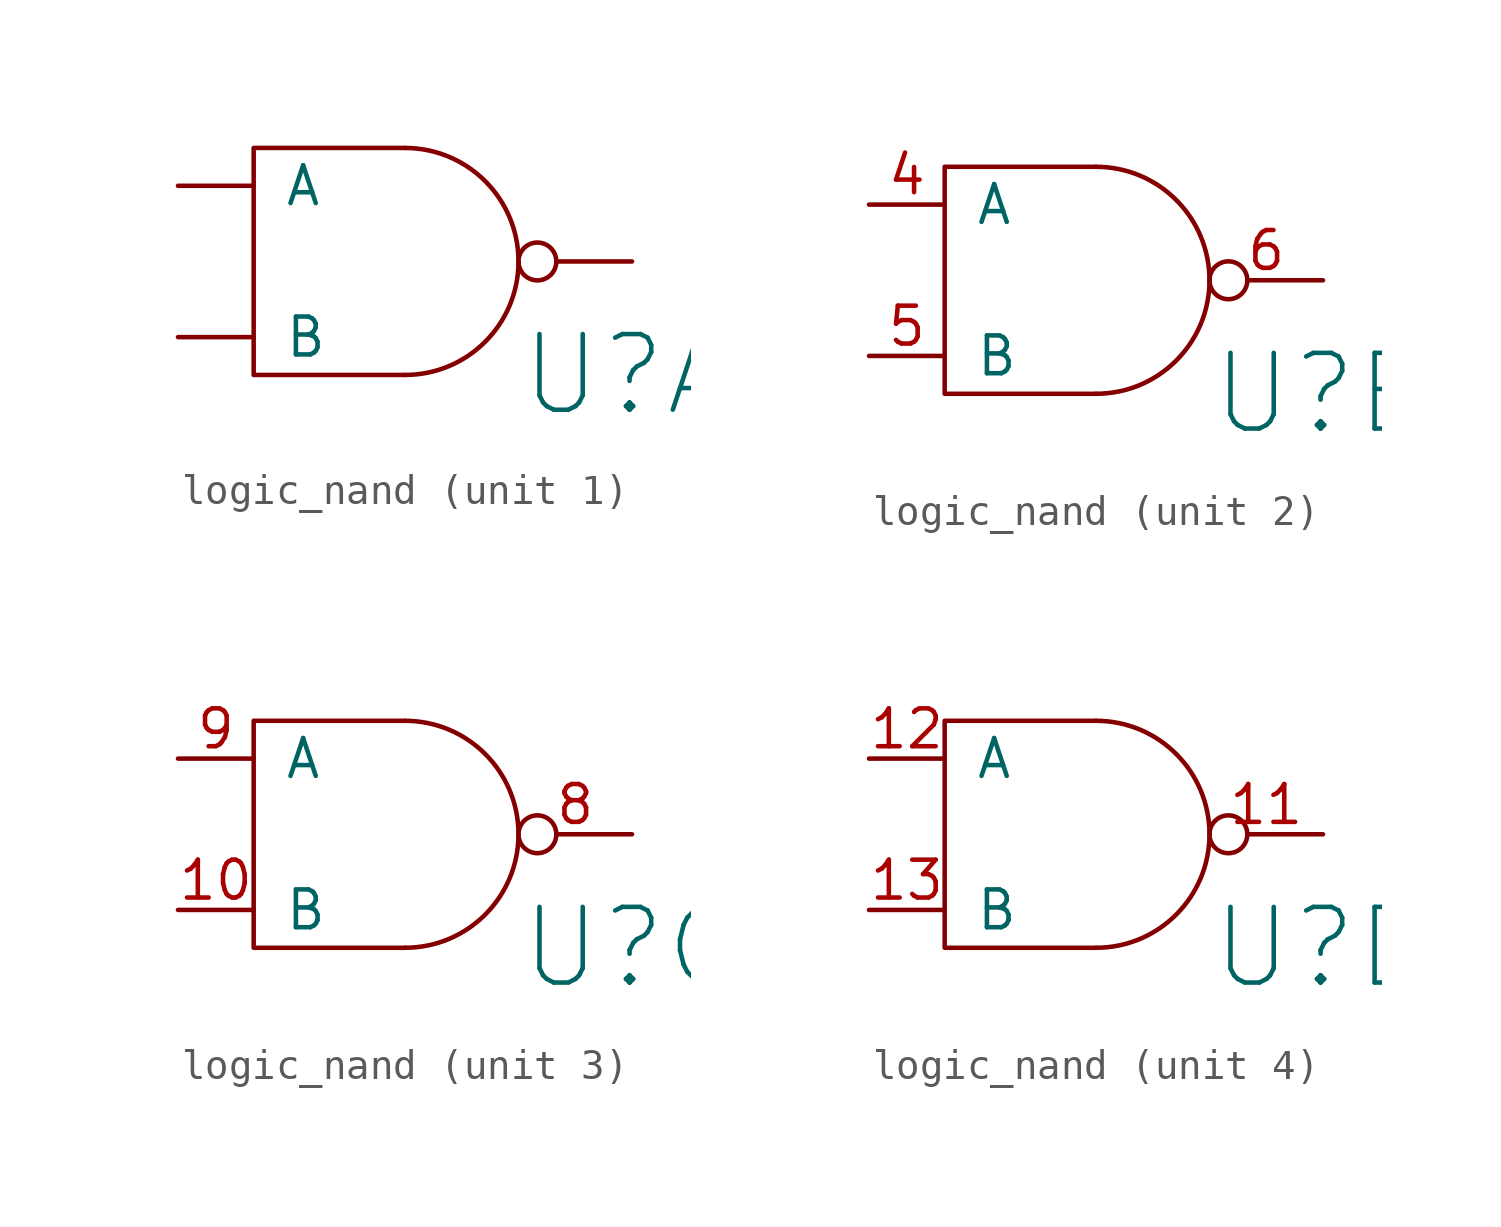
<source format=kicad_sym>
(kicad_symbol_lib
  (version 20231120)
  (generator "kicad_symbol_editor")
  (generator_version "8.0")
  (symbol "logic_nand"
    (pin_names
      (offset 1.016))
    (property "Reference" "U"
      (at 11.43 -6.35 0)
      (effects (font (size 2.54 2.54)) (justify left)))
    (symbol "logic_nand_0_1"
      (polyline (pts (xy 7.62 1.27) (xy 2.54 1.27) (xy 2.54 -6.35) (xy 7.62 -6.35)) (stroke (width 0) (type default)) (fill (type none)))
      (arc (start 7.62 -6.35) (mid 11.4134 -2.54) (end 7.62 1.27) (stroke (width 0) (type default)) (fill (type none))))
    (symbol "logic_nand_1_1"
      (pin output inverted (at 15.24 -2.54 180) (length 3.81) (name "" (effects (font (size 1.27 1.27)))) (number "" (effects (font (size 1.27 1.27)))))
      (pin input line (at 0 0 0) (length 2.54) (name "A" (effects (font (size 1.27 1.27)))) (number "" (effects (font (size 1.27 1.27)))))
      (pin input line (at 0 -5.08 0) (length 2.54) (name "B" (effects (font (size 1.27 1.27)))) (number "" (effects (font (size 1.27 1.27))))))
    (symbol "logic_nand_2_1"
      (pin input line (at 0 0 0) (length 2.54) (name "A" (effects (font (size 1.27 1.27)))) (number "4" (effects (font (size 1.27 1.27)))))
      (pin input line (at 0 -5.08 0) (length 2.54) (name "B" (effects (font (size 1.27 1.27)))) (number "5" (effects (font (size 1.27 1.27)))))
      (pin output inverted (at 15.24 -2.54 180) (length 3.81) (name "" (effects (font (size 1.27 1.27)))) (number "6" (effects (font (size 1.27 1.27))))))
    (symbol "logic_nand_3_1"
      (pin input line (at 0 -5.08 0) (length 2.54) (name "B" (effects (font (size 1.27 1.27)))) (number "10" (effects (font (size 1.27 1.27)))))
      (pin output inverted (at 15.24 -2.54 180) (length 3.81) (name "" (effects (font (size 1.27 1.27)))) (number "8" (effects (font (size 1.27 1.27)))))
      (pin input line (at 0 0 0) (length 2.54) (name "A" (effects (font (size 1.27 1.27)))) (number "9" (effects (font (size 1.27 1.27))))))
    (symbol "logic_nand_4_1"
      (pin output inverted (at 15.24 -2.54 180) (length 3.81) (name "" (effects (font (size 1.27 1.27)))) (number "11" (effects (font (size 1.27 1.27)))))
      (pin input line (at 0 0 0) (length 2.54) (name "A" (effects (font (size 1.27 1.27)))) (number "12" (effects (font (size 1.27 1.27)))))
      (pin input line (at 0 -5.08 0) (length 2.54) (name "B" (effects (font (size 1.27 1.27)))) (number "13" (effects (font (size 1.27 1.27))))))))
</source>
